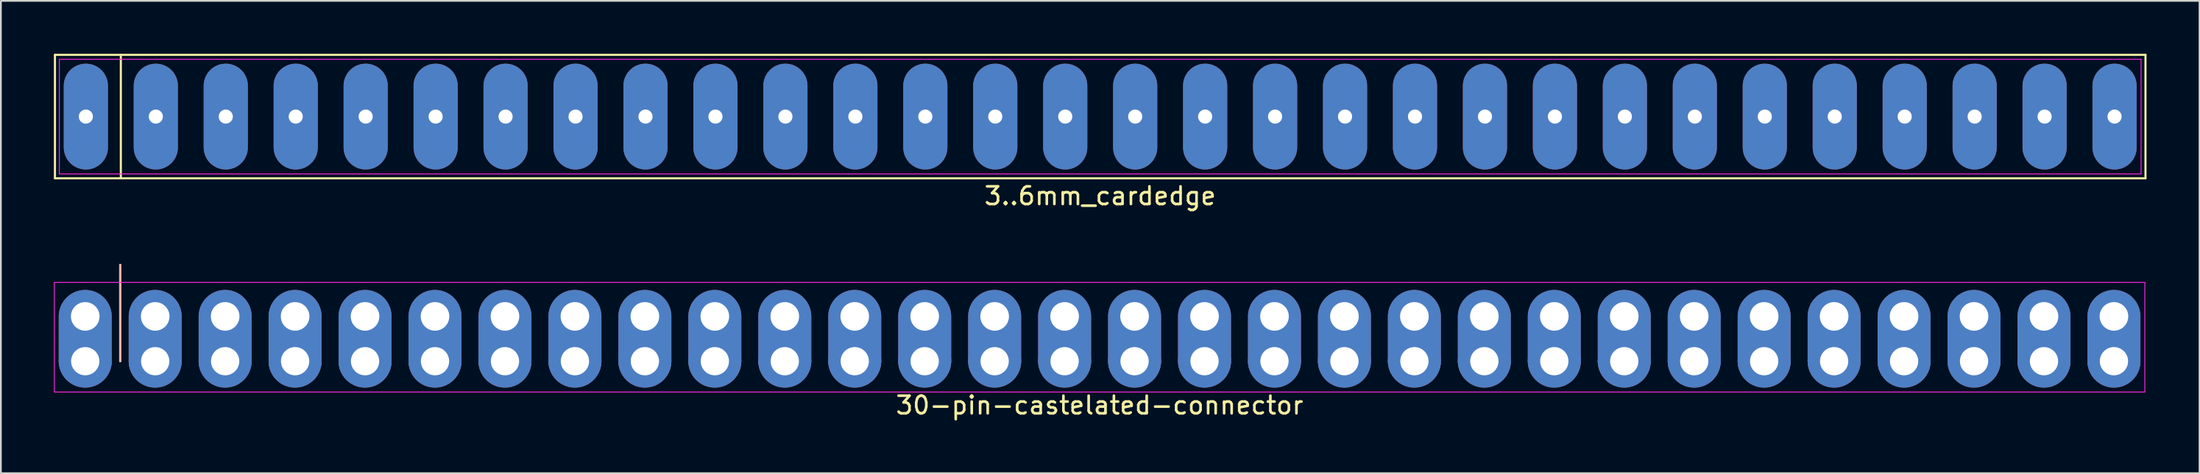
<source format=kicad_pcb>
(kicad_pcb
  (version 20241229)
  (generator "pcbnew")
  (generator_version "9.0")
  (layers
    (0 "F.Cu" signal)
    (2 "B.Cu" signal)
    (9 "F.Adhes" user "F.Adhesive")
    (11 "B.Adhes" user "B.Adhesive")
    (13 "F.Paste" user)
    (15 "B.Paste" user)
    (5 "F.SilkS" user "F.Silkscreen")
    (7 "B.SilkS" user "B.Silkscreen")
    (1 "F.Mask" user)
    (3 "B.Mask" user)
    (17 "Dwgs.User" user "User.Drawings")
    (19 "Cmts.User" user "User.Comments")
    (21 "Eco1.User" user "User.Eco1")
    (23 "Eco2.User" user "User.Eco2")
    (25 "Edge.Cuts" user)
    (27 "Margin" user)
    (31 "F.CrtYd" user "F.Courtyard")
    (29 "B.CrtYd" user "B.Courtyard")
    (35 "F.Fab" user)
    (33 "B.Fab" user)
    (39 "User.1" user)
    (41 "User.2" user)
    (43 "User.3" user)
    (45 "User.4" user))
  (footprint "30-pin-castelated-connector"
    (layer "F.Cu")
    (at 59.195 17.428)
    (property "Reference" "30-pin-castelated-connector" (at 0 2.5 0) (layer "F.SilkS") (effects (font (size 1 1) (thickness 0.15))))
    (attr through_hole)
    (fp_line (start -55.44 -5.46) (end -55.44 0) (stroke (width 0.12) (type solid)) (layer "F.SilkS"))
    (fp_line (start -55.44 -5.46) (end -55.44 0) (stroke (width 0.12) (type solid)) (layer "B.SilkS"))
    (fp_line (start -59.17 -4.465) (end 59.17 -4.465) (stroke (width 0.05) (type solid)) (layer "F.CrtYd"))
    (fp_line (start -59.17 1.75) (end -59.17 -4.465) (stroke (width 0.05) (type solid)) (layer "F.CrtYd"))
    (fp_line (start 59.17 -4.465) (end 59.17 1.75) (stroke (width 0.05) (type solid)) (layer "F.CrtYd"))
    (fp_line (start 59.17 1.75) (end -59.17 1.75) (stroke (width 0.05) (type solid)) (layer "F.CrtYd"))
    (pad "1" thru_hole oval (at -57.42 -2.54) (size 3 5.5) (drill 1.62 (offset 0 1.25)) (layers "*.Cu" "*.Mask"))
    (pad "1" thru_hole circle (at -57.42 0) (size 3 3) (drill 1.6) (layers "*.Cu" "*.Mask"))
    (pad "2" thru_hole oval (at -53.46 -2.54) (size 3 5.5) (drill 1.62 (offset 0 1.25)) (layers "*.Cu" "*.Mask"))
    (pad "2" thru_hole circle (at -53.46 0) (size 3 3) (drill 1.6) (layers "*.Cu" "*.Mask"))
    (pad "3" thru_hole oval (at -49.5 -2.54) (size 3 5.5) (drill 1.62 (offset 0 1.25)) (layers "*.Cu" "*.Mask"))
    (pad "3" thru_hole circle (at -49.5 0) (size 3 3) (drill 1.6) (layers "*.Cu" "*.Mask"))
    (pad "4" thru_hole oval (at -45.54 -2.54) (size 3 5.5) (drill 1.62 (offset 0 1.25)) (layers "*.Cu" "*.Mask"))
    (pad "4" thru_hole circle (at -45.54 0) (size 3 3) (drill 1.6) (layers "*.Cu" "*.Mask"))
    (pad "5" thru_hole oval (at -41.58 -2.54) (size 3 5.5) (drill 1.62 (offset 0 1.25)) (layers "*.Cu" "*.Mask"))
    (pad "5" thru_hole circle (at -41.58 0) (size 3 3) (drill 1.6) (layers "*.Cu" "*.Mask"))
    (pad "6" thru_hole oval (at -37.62 -2.54) (size 3 5.5) (drill 1.62 (offset 0 1.25)) (layers "*.Cu" "*.Mask"))
    (pad "6" thru_hole circle (at -37.62 0) (size 3 3) (drill 1.6) (layers "*.Cu" "*.Mask"))
    (pad "7" thru_hole oval (at -33.66 -2.54) (size 3 5.5) (drill 1.62 (offset 0 1.25)) (layers "*.Cu" "*.Mask"))
    (pad "7" thru_hole circle (at -33.66 0) (size 3 3) (drill 1.6) (layers "*.Cu" "*.Mask"))
    (pad "8" thru_hole oval (at -29.7 -2.54) (size 3 5.5) (drill 1.62 (offset 0 1.25)) (layers "*.Cu" "*.Mask"))
    (pad "8" thru_hole circle (at -29.7 0) (size 3 3) (drill 1.6) (layers "*.Cu" "*.Mask"))
    (pad "9" thru_hole oval (at -25.74 -2.54) (size 3 5.5) (drill 1.62 (offset 0 1.25)) (layers "*.Cu" "*.Mask"))
    (pad "9" thru_hole circle (at -25.74 0) (size 3 3) (drill 1.6) (layers "*.Cu" "*.Mask"))
    (pad "10" thru_hole oval (at -21.78 -2.54) (size 3 5.5) (drill 1.62 (offset 0 1.25)) (layers "*.Cu" "*.Mask"))
    (pad "10" thru_hole circle (at -21.78 0) (size 3 3) (drill 1.6) (layers "*.Cu" "*.Mask"))
    (pad "11" thru_hole oval (at -17.82 -2.54) (size 3 5.5) (drill 1.62 (offset 0 1.25)) (layers "*.Cu" "*.Mask"))
    (pad "11" thru_hole circle (at -17.82 0) (size 3 3) (drill 1.6) (layers "*.Cu" "*.Mask"))
    (pad "12" thru_hole oval (at -13.86 -2.54) (size 3 5.5) (drill 1.62 (offset 0 1.25)) (layers "*.Cu" "*.Mask"))
    (pad "12" thru_hole circle (at -13.86 0) (size 3 3) (drill 1.6) (layers "*.Cu" "*.Mask"))
    (pad "13" thru_hole oval (at -9.9 -2.54) (size 3 5.5) (drill 1.62 (offset 0 1.25)) (layers "*.Cu" "*.Mask"))
    (pad "13" thru_hole circle (at -9.9 0) (size 3 3) (drill 1.6) (layers "*.Cu" "*.Mask"))
    (pad "14" thru_hole oval (at -5.94 -2.54) (size 3 5.5) (drill 1.62 (offset 0 1.25)) (layers "*.Cu" "*.Mask"))
    (pad "14" thru_hole circle (at -5.94 0) (size 3 3) (drill 1.6) (layers "*.Cu" "*.Mask"))
    (pad "15" thru_hole oval (at -1.98 -2.54) (size 3 5.5) (drill 1.62 (offset 0 1.25)) (layers "*.Cu" "*.Mask"))
    (pad "15" thru_hole circle (at -1.98 0) (size 3 3) (drill 1.6) (layers "*.Cu" "*.Mask"))
    (pad "16" thru_hole oval (at 1.98 -2.54) (size 3 5.5) (drill 1.62 (offset 0 1.25)) (layers "*.Cu" "*.Mask"))
    (pad "16" thru_hole circle (at 1.98 0) (size 3 3) (drill 1.6) (layers "*.Cu" "*.Mask"))
    (pad "17" thru_hole oval (at 5.94 -2.54) (size 3 5.5) (drill 1.62 (offset 0 1.25)) (layers "*.Cu" "*.Mask"))
    (pad "17" thru_hole circle (at 5.94 0) (size 3 3) (drill 1.6) (layers "*.Cu" "*.Mask"))
    (pad "18" thru_hole oval (at 9.9 -2.54) (size 3 5.5) (drill 1.62 (offset 0 1.25)) (layers "*.Cu" "*.Mask"))
    (pad "18" thru_hole circle (at 9.9 0) (size 3 3) (drill 1.6) (layers "*.Cu" "*.Mask"))
    (pad "19" thru_hole oval (at 13.86 -2.54) (size 3 5.5) (drill 1.62 (offset 0 1.25)) (layers "*.Cu" "*.Mask"))
    (pad "19" thru_hole circle (at 13.86 0) (size 3 3) (drill 1.6) (layers "*.Cu" "*.Mask"))
    (pad "20" thru_hole oval (at 17.82 -2.54) (size 3 5.5) (drill 1.62 (offset 0 1.25)) (layers "*.Cu" "*.Mask"))
    (pad "20" thru_hole circle (at 17.82 0) (size 3 3) (drill 1.6) (layers "*.Cu" "*.Mask"))
    (pad "21" thru_hole oval (at 21.78 -2.54) (size 3 5.5) (drill 1.62 (offset 0 1.25)) (layers "*.Cu" "*.Mask"))
    (pad "21" thru_hole circle (at 21.78 0) (size 3 3) (drill 1.6) (layers "*.Cu" "*.Mask"))
    (pad "22" thru_hole oval (at 25.74 -2.54) (size 3 5.5) (drill 1.62 (offset 0 1.25)) (layers "*.Cu" "*.Mask"))
    (pad "22" thru_hole circle (at 25.74 0) (size 3 3) (drill 1.6) (layers "*.Cu" "*.Mask"))
    (pad "23" thru_hole oval (at 29.7 -2.54) (size 3 5.5) (drill 1.62 (offset 0 1.25)) (layers "*.Cu" "*.Mask"))
    (pad "23" thru_hole circle (at 29.7 0) (size 3 3) (drill 1.6) (layers "*.Cu" "*.Mask"))
    (pad "24" thru_hole oval (at 33.66 -2.54) (size 3 5.5) (drill 1.62 (offset 0 1.25)) (layers "*.Cu" "*.Mask"))
    (pad "24" thru_hole circle (at 33.66 0) (size 3 3) (drill 1.6) (layers "*.Cu" "*.Mask"))
    (pad "25" thru_hole oval (at 37.62 -2.54) (size 3 5.5) (drill 1.62 (offset 0 1.25)) (layers "*.Cu" "*.Mask"))
    (pad "25" thru_hole circle (at 37.62 0) (size 3 3) (drill 1.6) (layers "*.Cu" "*.Mask"))
    (pad "26" thru_hole oval (at 41.58 -2.54) (size 3 5.5) (drill 1.62 (offset 0 1.25)) (layers "*.Cu" "*.Mask"))
    (pad "26" thru_hole circle (at 41.58 0) (size 3 3) (drill 1.6) (layers "*.Cu" "*.Mask"))
    (pad "27" thru_hole oval (at 45.54 -2.54) (size 3 5.5) (drill 1.62 (offset 0 1.25)) (layers "*.Cu" "*.Mask"))
    (pad "27" thru_hole circle (at 45.54 0) (size 3 3) (drill 1.6) (layers "*.Cu" "*.Mask"))
    (pad "28" thru_hole oval (at 49.5 -2.54) (size 3 5.5) (drill 1.62 (offset 0 1.25)) (layers "*.Cu" "*.Mask"))
    (pad "28" thru_hole circle (at 49.5 0) (size 3 3) (drill 1.6) (layers "*.Cu" "*.Mask"))
    (pad "29" thru_hole oval (at 53.46 -2.54) (size 3 5.5) (drill 1.62 (offset 0 1.25)) (layers "*.Cu" "*.Mask"))
    (pad "29" thru_hole circle (at 53.46 0) (size 3 3) (drill 1.6) (layers "*.Cu" "*.Mask"))
    (pad "30" thru_hole oval (at 57.42 -2.54) (size 3 5.5) (drill 1.62 (offset 0 1.25)) (layers "*.Cu" "*.Mask"))
    (pad "30" thru_hole circle (at 57.42 0) (size 3 3) (drill 1.6) (layers "*.Cu" "*.Mask")))
  (footprint "3..6mm_cardedge"
    (layer "F.Cu")
    (at 59.23 3.56)
    (property "Reference" "3..6mm_cardedge" (at 0 4.5 0) (layer "F.SilkS") (effects (font (size 1 1) (thickness 0.15))))
    (attr through_hole)
    (fp_line (start -59.17 -3.5) (end 59.17 -3.5) (stroke (width 0.12) (type solid)) (layer "F.SilkS"))
    (fp_line (start -59.17 3.5) (end -59.17 -3.5) (stroke (width 0.12) (type solid)) (layer "F.SilkS"))
    (fp_line (start -55.44 -3.5) (end -55.44 3.5) (stroke (width 0.12) (type solid)) (layer "F.SilkS"))
    (fp_line (start 59.17 -3.5) (end 59.17 3.5) (stroke (width 0.12) (type solid)) (layer "F.SilkS"))
    (fp_line (start 59.17 3.5) (end -59.17 3.5) (stroke (width 0.12) (type solid)) (layer "F.SilkS"))
    (fp_line (start -58.92 -3.25) (end 58.92 -3.25) (stroke (width 0.05) (type solid)) (layer "F.CrtYd"))
    (fp_line (start -58.92 3.25) (end -58.92 -3.25) (stroke (width 0.05) (type solid)) (layer "F.CrtYd"))
    (fp_line (start 58.92 -3.25) (end 58.92 3.25) (stroke (width 0.05) (type solid)) (layer "F.CrtYd"))
    (fp_line (start 58.92 3.25) (end -58.92 3.25) (stroke (width 0.05) (type solid)) (layer "F.CrtYd"))
    (pad "1" thru_hole oval (at -57.42 0) (size 2.5 6) (drill 0.8) (layers "*.Cu" "*.Mask"))
    (pad "2" thru_hole oval (at -53.46 0) (size 2.5 6) (drill 0.8) (layers "*.Cu" "*.Mask"))
    (pad "3" thru_hole oval (at -49.5 0) (size 2.5 6) (drill 0.8) (layers "*.Cu" "*.Mask"))
    (pad "4" thru_hole oval (at -45.54 0) (size 2.5 6) (drill 0.8) (layers "*.Cu" "*.Mask"))
    (pad "5" thru_hole oval (at -41.58 0) (size 2.5 6) (drill 0.8) (layers "*.Cu" "*.Mask"))
    (pad "6" thru_hole oval (at -37.62 0) (size 2.5 6) (drill 0.8) (layers "*.Cu" "*.Mask"))
    (pad "7" thru_hole oval (at -33.66 0) (size 2.5 6) (drill 0.8) (layers "*.Cu" "*.Mask"))
    (pad "8" thru_hole oval (at -29.7 0) (size 2.5 6) (drill 0.8) (layers "*.Cu" "*.Mask"))
    (pad "9" thru_hole oval (at -25.74 0) (size 2.5 6) (drill 0.8) (layers "*.Cu" "*.Mask"))
    (pad "10" thru_hole oval (at -21.78 0) (size 2.5 6) (drill 0.8) (layers "*.Cu" "*.Mask"))
    (pad "11" thru_hole oval (at -17.82 0) (size 2.5 6) (drill 0.8) (layers "*.Cu" "*.Mask"))
    (pad "12" thru_hole oval (at -13.86 0) (size 2.5 6) (drill 0.8) (layers "*.Cu" "*.Mask"))
    (pad "13" thru_hole oval (at -9.9 0) (size 2.5 6) (drill 0.8) (layers "*.Cu" "*.Mask"))
    (pad "14" thru_hole oval (at -5.94 0) (size 2.5 6) (drill 0.8) (layers "*.Cu" "*.Mask"))
    (pad "15" thru_hole oval (at -1.98 0) (size 2.5 6) (drill 0.8) (layers "*.Cu" "*.Mask"))
    (pad "16" thru_hole oval (at 1.98 0) (size 2.5 6) (drill 0.8) (layers "*.Cu" "*.Mask"))
    (pad "17" thru_hole oval (at 5.94 0) (size 2.5 6) (drill 0.8) (layers "*.Cu" "*.Mask"))
    (pad "18" thru_hole oval (at 9.9 0) (size 2.5 6) (drill 0.8) (layers "*.Cu" "*.Mask"))
    (pad "19" thru_hole oval (at 13.86 0) (size 2.5 6) (drill 0.8) (layers "*.Cu" "*.Mask"))
    (pad "20" thru_hole oval (at 17.82 0) (size 2.5 6) (drill 0.8) (layers "*.Cu" "*.Mask"))
    (pad "21" thru_hole oval (at 21.78 0) (size 2.5 6) (drill 0.8) (layers "*.Cu" "*.Mask"))
    (pad "22" thru_hole oval (at 25.74 0) (size 2.5 6) (drill 0.8) (layers "*.Cu" "*.Mask"))
    (pad "23" thru_hole oval (at 29.7 0) (size 2.5 6) (drill 0.8) (layers "*.Cu" "*.Mask"))
    (pad "24" thru_hole oval (at 33.66 0) (size 2.5 6) (drill 0.8) (layers "*.Cu" "*.Mask"))
    (pad "25" thru_hole oval (at 37.62 0) (size 2.5 6) (drill 0.8) (layers "*.Cu" "*.Mask"))
    (pad "26" thru_hole oval (at 41.58 0) (size 2.5 6) (drill 0.8) (layers "*.Cu" "*.Mask"))
    (pad "27" thru_hole oval (at 45.54 0) (size 2.5 6) (drill 0.8) (layers "*.Cu" "*.Mask"))
    (pad "28" thru_hole oval (at 49.5 0) (size 2.5 6) (drill 0.8) (layers "*.Cu" "*.Mask"))
    (pad "29" thru_hole oval (at 53.46 0) (size 2.5 6) (drill 0.8) (layers "*.Cu" "*.Mask"))
    (pad "30" thru_hole oval (at 57.42 0) (size 2.5 6) (drill 0.8) (layers "*.Cu" "*.Mask")))
  (gr_rect
    (start -3 -3)
    (end 121.46 23.776)
    (stroke (width 0.1) (type default))
    (fill no)
    (layer "Edge.Cuts")))
</source>
